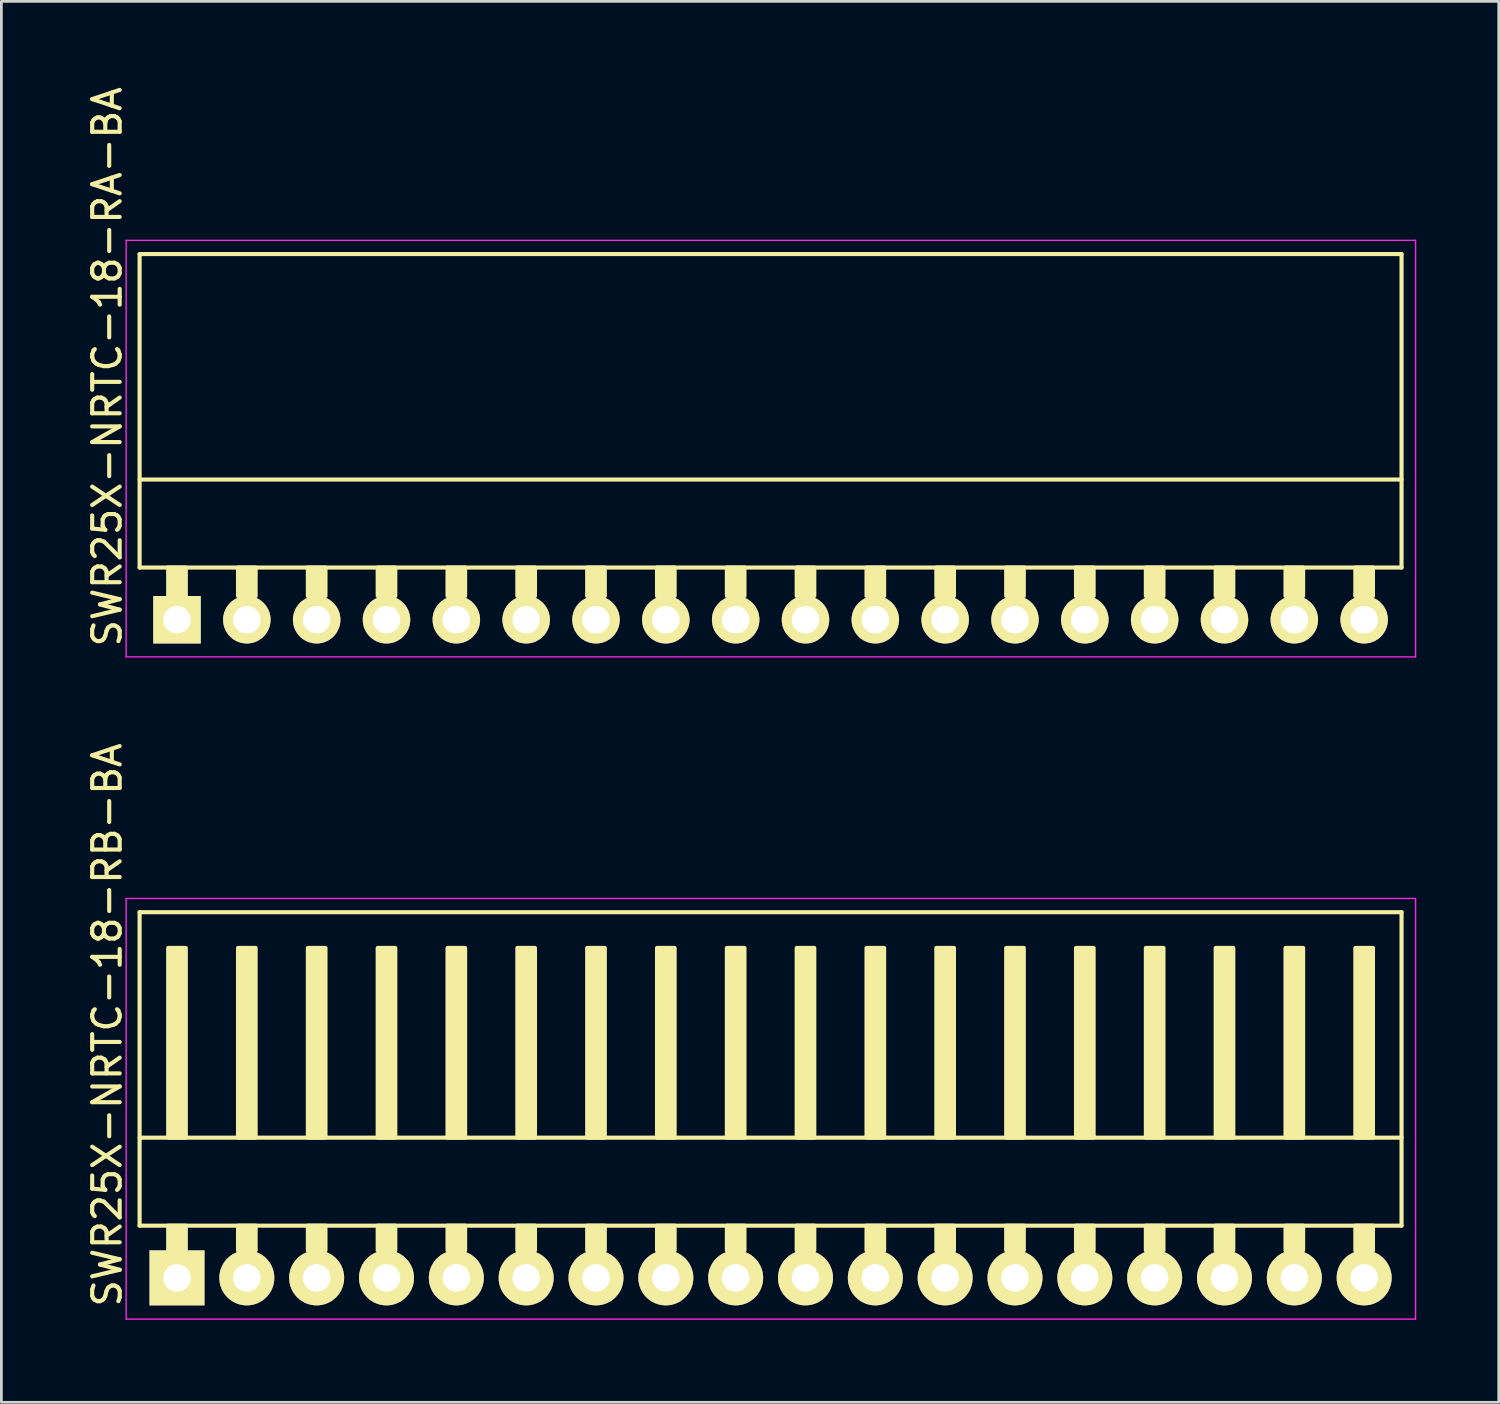
<source format=kicad_pcb>
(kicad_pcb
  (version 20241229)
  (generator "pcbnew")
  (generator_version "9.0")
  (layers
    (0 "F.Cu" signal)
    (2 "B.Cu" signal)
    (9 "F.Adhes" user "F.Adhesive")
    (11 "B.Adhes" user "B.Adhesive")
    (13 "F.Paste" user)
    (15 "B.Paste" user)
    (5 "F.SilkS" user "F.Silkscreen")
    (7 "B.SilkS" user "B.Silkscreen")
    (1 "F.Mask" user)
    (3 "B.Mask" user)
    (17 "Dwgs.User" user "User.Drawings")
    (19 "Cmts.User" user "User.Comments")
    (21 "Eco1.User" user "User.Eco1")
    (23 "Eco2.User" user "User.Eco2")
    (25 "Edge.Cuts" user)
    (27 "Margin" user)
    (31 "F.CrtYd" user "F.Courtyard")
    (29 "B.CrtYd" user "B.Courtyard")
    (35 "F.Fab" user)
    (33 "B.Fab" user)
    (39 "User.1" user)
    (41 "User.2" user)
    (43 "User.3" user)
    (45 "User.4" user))
  (footprint "SWR25X-NRTC-18-RB-BA"
    (layer "F.Cu")
    (at 3.388 43.43)
    (property "Reference" "SWR25X-NRTC-18-RB-BA" (at -2.54 -9.2 270) (layer "F.SilkS") (effects (font (size 1 1) (thickness 0.15))))
    (attr through_hole)
    (fp_line (start -1.36 -13.3) (end -1.36 -1.9) (stroke (width 0.15) (type solid)) (layer "F.SilkS"))
    (fp_line (start -1.36 -13.3) (end 44.54 -13.3) (stroke (width 0.15) (type solid)) (layer "F.SilkS"))
    (fp_line (start -1.36 -5.1) (end 44.54 -5.1) (stroke (width 0.15) (type solid)) (layer "F.SilkS"))
    (fp_line (start -1.36 -1.9) (end 44.54 -1.9) (stroke (width 0.15) (type solid)) (layer "F.SilkS"))
    (fp_line (start 44.54 -13.3) (end 44.54 -1.9) (stroke (width 0.15) (type solid)) (layer "F.SilkS"))
    (fp_poly (pts (xy 0.32 -5.1) (xy -0.32 -5.1) (xy -0.32 -12) (xy 0.32 -12)) (stroke (width 0.15) (type solid)) (fill yes) (layer "F.SilkS"))
    (fp_poly (pts (xy 0.32 -1.9) (xy -0.32 -1.9) (xy -0.32 -1) (xy 0.32 -1)) (stroke (width 0.15) (type solid)) (fill yes) (layer "F.SilkS"))
    (fp_poly (pts (xy 2.86 -5.1) (xy 2.22 -5.1) (xy 2.22 -12) (xy 2.86 -12)) (stroke (width 0.15) (type solid)) (fill yes) (layer "F.SilkS"))
    (fp_poly (pts (xy 2.86 -1.9) (xy 2.22 -1.9) (xy 2.22 -1) (xy 2.86 -1)) (stroke (width 0.15) (type solid)) (fill yes) (layer "F.SilkS"))
    (fp_poly (pts (xy 5.4 -5.1) (xy 4.76 -5.1) (xy 4.76 -12) (xy 5.4 -12)) (stroke (width 0.15) (type solid)) (fill yes) (layer "F.SilkS"))
    (fp_poly (pts (xy 5.4 -1.9) (xy 4.76 -1.9) (xy 4.76 -1) (xy 5.4 -1)) (stroke (width 0.15) (type solid)) (fill yes) (layer "F.SilkS"))
    (fp_poly (pts (xy 7.94 -5.1) (xy 7.3 -5.1) (xy 7.3 -12) (xy 7.94 -12)) (stroke (width 0.15) (type solid)) (fill yes) (layer "F.SilkS"))
    (fp_poly (pts (xy 7.94 -1.9) (xy 7.3 -1.9) (xy 7.3 -1) (xy 7.94 -1)) (stroke (width 0.15) (type solid)) (fill yes) (layer "F.SilkS"))
    (fp_poly (pts (xy 10.48 -5.1) (xy 9.84 -5.1) (xy 9.84 -12) (xy 10.48 -12)) (stroke (width 0.15) (type solid)) (fill yes) (layer "F.SilkS"))
    (fp_poly (pts (xy 10.48 -1.9) (xy 9.84 -1.9) (xy 9.84 -1) (xy 10.48 -1)) (stroke (width 0.15) (type solid)) (fill yes) (layer "F.SilkS"))
    (fp_poly (pts (xy 13.02 -5.1) (xy 12.38 -5.1) (xy 12.38 -12) (xy 13.02 -12)) (stroke (width 0.15) (type solid)) (fill yes) (layer "F.SilkS"))
    (fp_poly (pts (xy 13.02 -1.9) (xy 12.38 -1.9) (xy 12.38 -1) (xy 13.02 -1)) (stroke (width 0.15) (type solid)) (fill yes) (layer "F.SilkS"))
    (fp_poly (pts (xy 15.56 -5.1) (xy 14.92 -5.1) (xy 14.92 -12) (xy 15.56 -12)) (stroke (width 0.15) (type solid)) (fill yes) (layer "F.SilkS"))
    (fp_poly (pts (xy 15.56 -1.9) (xy 14.92 -1.9) (xy 14.92 -1) (xy 15.56 -1)) (stroke (width 0.15) (type solid)) (fill yes) (layer "F.SilkS"))
    (fp_poly (pts (xy 18.1 -5.1) (xy 17.46 -5.1) (xy 17.46 -12) (xy 18.1 -12)) (stroke (width 0.15) (type solid)) (fill yes) (layer "F.SilkS"))
    (fp_poly (pts (xy 18.1 -1.9) (xy 17.46 -1.9) (xy 17.46 -1) (xy 18.1 -1)) (stroke (width 0.15) (type solid)) (fill yes) (layer "F.SilkS"))
    (fp_poly (pts (xy 20.64 -5.1) (xy 20 -5.1) (xy 20 -12) (xy 20.64 -12)) (stroke (width 0.15) (type solid)) (fill yes) (layer "F.SilkS"))
    (fp_poly (pts (xy 20.64 -1.9) (xy 20 -1.9) (xy 20 -1) (xy 20.64 -1)) (stroke (width 0.15) (type solid)) (fill yes) (layer "F.SilkS"))
    (fp_poly (pts (xy 23.18 -5.1) (xy 22.54 -5.1) (xy 22.54 -12) (xy 23.18 -12)) (stroke (width 0.15) (type solid)) (fill yes) (layer "F.SilkS"))
    (fp_poly (pts (xy 23.18 -1.9) (xy 22.54 -1.9) (xy 22.54 -1) (xy 23.18 -1)) (stroke (width 0.15) (type solid)) (fill yes) (layer "F.SilkS"))
    (fp_poly (pts (xy 25.72 -5.1) (xy 25.08 -5.1) (xy 25.08 -12) (xy 25.72 -12)) (stroke (width 0.15) (type solid)) (fill yes) (layer "F.SilkS"))
    (fp_poly (pts (xy 25.72 -1.9) (xy 25.08 -1.9) (xy 25.08 -1) (xy 25.72 -1)) (stroke (width 0.15) (type solid)) (fill yes) (layer "F.SilkS"))
    (fp_poly (pts (xy 28.26 -5.1) (xy 27.62 -5.1) (xy 27.62 -12) (xy 28.26 -12)) (stroke (width 0.15) (type solid)) (fill yes) (layer "F.SilkS"))
    (fp_poly (pts (xy 28.26 -1.9) (xy 27.62 -1.9) (xy 27.62 -1) (xy 28.26 -1)) (stroke (width 0.15) (type solid)) (fill yes) (layer "F.SilkS"))
    (fp_poly (pts (xy 30.8 -5.1) (xy 30.16 -5.1) (xy 30.16 -12) (xy 30.8 -12)) (stroke (width 0.15) (type solid)) (fill yes) (layer "F.SilkS"))
    (fp_poly (pts (xy 30.8 -1.9) (xy 30.16 -1.9) (xy 30.16 -1) (xy 30.8 -1)) (stroke (width 0.15) (type solid)) (fill yes) (layer "F.SilkS"))
    (fp_poly (pts (xy 33.34 -5.1) (xy 32.7 -5.1) (xy 32.7 -12) (xy 33.34 -12)) (stroke (width 0.15) (type solid)) (fill yes) (layer "F.SilkS"))
    (fp_poly (pts (xy 33.34 -1.9) (xy 32.7 -1.9) (xy 32.7 -1) (xy 33.34 -1)) (stroke (width 0.15) (type solid)) (fill yes) (layer "F.SilkS"))
    (fp_poly (pts (xy 35.88 -5.1) (xy 35.24 -5.1) (xy 35.24 -12) (xy 35.88 -12)) (stroke (width 0.15) (type solid)) (fill yes) (layer "F.SilkS"))
    (fp_poly (pts (xy 35.88 -1.9) (xy 35.24 -1.9) (xy 35.24 -1) (xy 35.88 -1)) (stroke (width 0.15) (type solid)) (fill yes) (layer "F.SilkS"))
    (fp_poly (pts (xy 38.42 -5.1) (xy 37.78 -5.1) (xy 37.78 -12) (xy 38.42 -12)) (stroke (width 0.15) (type solid)) (fill yes) (layer "F.SilkS"))
    (fp_poly (pts (xy 38.42 -1.9) (xy 37.78 -1.9) (xy 37.78 -1) (xy 38.42 -1)) (stroke (width 0.15) (type solid)) (fill yes) (layer "F.SilkS"))
    (fp_poly (pts (xy 40.96 -5.1) (xy 40.32 -5.1) (xy 40.32 -12) (xy 40.96 -12)) (stroke (width 0.15) (type solid)) (fill yes) (layer "F.SilkS"))
    (fp_poly (pts (xy 40.96 -1.9) (xy 40.32 -1.9) (xy 40.32 -1) (xy 40.96 -1)) (stroke (width 0.15) (type solid)) (fill yes) (layer "F.SilkS"))
    (fp_poly (pts (xy 43.5 -5.1) (xy 42.86 -5.1) (xy 42.86 -12) (xy 43.5 -12)) (stroke (width 0.15) (type solid)) (fill yes) (layer "F.SilkS"))
    (fp_poly (pts (xy 43.5 -1.9) (xy 42.86 -1.9) (xy 42.86 -1) (xy 43.5 -1)) (stroke (width 0.15) (type solid)) (fill yes) (layer "F.SilkS"))
    (fp_line (start -1.85 -13.8) (end -1.85 1.5) (stroke (width 0.05) (type solid)) (layer "F.CrtYd"))
    (fp_line (start -1.85 -13.8) (end 45.05 -13.8) (stroke (width 0.05) (type solid)) (layer "F.CrtYd"))
    (fp_line (start -1.85 1.5) (end 45.05 1.5) (stroke (width 0.05) (type solid)) (layer "F.CrtYd"))
    (fp_line (start 45.05 -13.8) (end 45.05 1.5) (stroke (width 0.05) (type solid)) (layer "F.CrtYd"))
    (pad "1" thru_hole rect (at 0 0) (size 2 2) (drill 1) (layers "*.Cu" "*.Mask" "F.SilkS"))
    (pad "2" thru_hole circle (at 2.54 0) (size 2 2) (drill 1) (layers "*.Cu" "*.Mask" "F.SilkS"))
    (pad "3" thru_hole circle (at 5.08 0) (size 2 2) (drill 1) (layers "*.Cu" "*.Mask" "F.SilkS"))
    (pad "4" thru_hole circle (at 7.62 0) (size 2 2) (drill 1) (layers "*.Cu" "*.Mask" "F.SilkS"))
    (pad "5" thru_hole circle (at 10.16 0) (size 2 2) (drill 1) (layers "*.Cu" "*.Mask" "F.SilkS"))
    (pad "6" thru_hole circle (at 12.7 0) (size 2 2) (drill 1) (layers "*.Cu" "*.Mask" "F.SilkS"))
    (pad "7" thru_hole circle (at 15.24 0) (size 2 2) (drill 1) (layers "*.Cu" "*.Mask" "F.SilkS"))
    (pad "8" thru_hole circle (at 17.78 0) (size 2 2) (drill 1) (layers "*.Cu" "*.Mask" "F.SilkS"))
    (pad "9" thru_hole circle (at 20.32 0) (size 2 2) (drill 1) (layers "*.Cu" "*.Mask" "F.SilkS"))
    (pad "10" thru_hole circle (at 22.86 0) (size 2 2) (drill 1) (layers "*.Cu" "*.Mask" "F.SilkS"))
    (pad "11" thru_hole circle (at 25.4 0) (size 2 2) (drill 1) (layers "*.Cu" "*.Mask" "F.SilkS"))
    (pad "12" thru_hole circle (at 27.94 0) (size 2 2) (drill 1) (layers "*.Cu" "*.Mask" "F.SilkS"))
    (pad "13" thru_hole circle (at 30.48 0) (size 2 2) (drill 1) (layers "*.Cu" "*.Mask" "F.SilkS"))
    (pad "14" thru_hole circle (at 33.02 0) (size 2 2) (drill 1) (layers "*.Cu" "*.Mask" "F.SilkS"))
    (pad "15" thru_hole circle (at 35.56 0) (size 2 2) (drill 1) (layers "*.Cu" "*.Mask" "F.SilkS"))
    (pad "16" thru_hole circle (at 38.1 0) (size 2 2) (drill 1) (layers "*.Cu" "*.Mask" "F.SilkS"))
    (pad "17" thru_hole circle (at 40.64 0) (size 2 2) (drill 1) (layers "*.Cu" "*.Mask" "F.SilkS"))
    (pad "18" thru_hole circle (at 43.18 0) (size 2 2) (drill 1) (layers "*.Cu" "*.Mask" "F.SilkS")))
  (footprint "SWR25X-NRTC-18-RA-BA"
    (layer "F.Cu")
    (at 3.388 19.492)
    (property "Reference" "SWR25X-NRTC-18-RA-BA" (at -2.54 -9.2 270) (layer "F.SilkS") (effects (font (size 1 1) (thickness 0.15))))
    (attr through_hole)
    (fp_line (start -1.36 -13.3) (end -1.36 -1.9) (stroke (width 0.15) (type solid)) (layer "F.SilkS"))
    (fp_line (start -1.36 -13.3) (end 44.54 -13.3) (stroke (width 0.15) (type solid)) (layer "F.SilkS"))
    (fp_line (start -1.36 -5.1) (end 44.54 -5.1) (stroke (width 0.15) (type solid)) (layer "F.SilkS"))
    (fp_line (start -1.36 -1.9) (end 44.54 -1.9) (stroke (width 0.15) (type solid)) (layer "F.SilkS"))
    (fp_line (start 44.54 -13.3) (end 44.54 -1.9) (stroke (width 0.15) (type solid)) (layer "F.SilkS"))
    (fp_poly (pts (xy 0.32 -1.9) (xy -0.32 -1.9) (xy -0.32 -0.864) (xy 0.32 -0.864)) (stroke (width 0.15) (type solid)) (fill yes) (layer "F.SilkS"))
    (fp_poly (pts (xy 2.86 -1.9) (xy 2.22 -1.9) (xy 2.22 -0.864) (xy 2.86 -0.864)) (stroke (width 0.15) (type solid)) (fill yes) (layer "F.SilkS"))
    (fp_poly (pts (xy 5.4 -1.9) (xy 4.76 -1.9) (xy 4.76 -0.864) (xy 5.4 -0.864)) (stroke (width 0.15) (type solid)) (fill yes) (layer "F.SilkS"))
    (fp_poly (pts (xy 7.94 -1.9) (xy 7.3 -1.9) (xy 7.3 -0.864) (xy 7.94 -0.864)) (stroke (width 0.15) (type solid)) (fill yes) (layer "F.SilkS"))
    (fp_poly (pts (xy 10.48 -1.9) (xy 9.84 -1.9) (xy 9.84 -0.864) (xy 10.48 -0.864)) (stroke (width 0.15) (type solid)) (fill yes) (layer "F.SilkS"))
    (fp_poly (pts (xy 13.02 -1.9) (xy 12.38 -1.9) (xy 12.38 -0.864) (xy 13.02 -0.864)) (stroke (width 0.15) (type solid)) (fill yes) (layer "F.SilkS"))
    (fp_poly (pts (xy 15.56 -1.9) (xy 14.92 -1.9) (xy 14.92 -0.864) (xy 15.56 -0.864)) (stroke (width 0.15) (type solid)) (fill yes) (layer "F.SilkS"))
    (fp_poly (pts (xy 18.1 -1.9) (xy 17.46 -1.9) (xy 17.46 -0.864) (xy 18.1 -0.864)) (stroke (width 0.15) (type solid)) (fill yes) (layer "F.SilkS"))
    (fp_poly (pts (xy 20.64 -1.9) (xy 20 -1.9) (xy 20 -0.864) (xy 20.64 -0.864)) (stroke (width 0.15) (type solid)) (fill yes) (layer "F.SilkS"))
    (fp_poly (pts (xy 23.18 -1.9) (xy 22.54 -1.9) (xy 22.54 -0.864) (xy 23.18 -0.864)) (stroke (width 0.15) (type solid)) (fill yes) (layer "F.SilkS"))
    (fp_poly (pts (xy 25.72 -1.9) (xy 25.08 -1.9) (xy 25.08 -0.864) (xy 25.72 -0.864)) (stroke (width 0.15) (type solid)) (fill yes) (layer "F.SilkS"))
    (fp_poly (pts (xy 28.26 -1.9) (xy 27.62 -1.9) (xy 27.62 -0.864) (xy 28.26 -0.864)) (stroke (width 0.15) (type solid)) (fill yes) (layer "F.SilkS"))
    (fp_poly (pts (xy 30.8 -1.9) (xy 30.16 -1.9) (xy 30.16 -0.864) (xy 30.8 -0.864)) (stroke (width 0.15) (type solid)) (fill yes) (layer "F.SilkS"))
    (fp_poly (pts (xy 33.34 -1.9) (xy 32.7 -1.9) (xy 32.7 -0.864) (xy 33.34 -0.864)) (stroke (width 0.15) (type solid)) (fill yes) (layer "F.SilkS"))
    (fp_poly (pts (xy 35.88 -1.9) (xy 35.24 -1.9) (xy 35.24 -0.864) (xy 35.88 -0.864)) (stroke (width 0.15) (type solid)) (fill yes) (layer "F.SilkS"))
    (fp_poly (pts (xy 38.42 -1.9) (xy 37.78 -1.9) (xy 37.78 -0.864) (xy 38.42 -0.864)) (stroke (width 0.15) (type solid)) (fill yes) (layer "F.SilkS"))
    (fp_poly (pts (xy 40.96 -1.9) (xy 40.32 -1.9) (xy 40.32 -0.864) (xy 40.96 -0.864)) (stroke (width 0.15) (type solid)) (fill yes) (layer "F.SilkS"))
    (fp_poly (pts (xy 43.5 -1.9) (xy 42.86 -1.9) (xy 42.86 -0.864) (xy 43.5 -0.864)) (stroke (width 0.15) (type solid)) (fill yes) (layer "F.SilkS"))
    (fp_line (start -1.85 -13.8) (end -1.85 1.35) (stroke (width 0.05) (type solid)) (layer "F.CrtYd"))
    (fp_line (start -1.85 -13.8) (end 45.05 -13.8) (stroke (width 0.05) (type solid)) (layer "F.CrtYd"))
    (fp_line (start -1.85 1.35) (end 45.05 1.35) (stroke (width 0.05) (type solid)) (layer "F.CrtYd"))
    (fp_line (start 45.05 -13.8) (end 45.05 1.35) (stroke (width 0.05) (type solid)) (layer "F.CrtYd"))
    (pad "1" thru_hole rect (at 0 0) (size 1.727 1.727) (drill 1) (layers "*.Cu" "*.Mask" "F.SilkS"))
    (pad "2" thru_hole circle (at 2.54 0) (size 1.727 1.727) (drill 1) (layers "*.Cu" "*.Mask" "F.SilkS"))
    (pad "3" thru_hole circle (at 5.08 0) (size 1.727 1.727) (drill 1) (layers "*.Cu" "*.Mask" "F.SilkS"))
    (pad "4" thru_hole circle (at 7.62 0) (size 1.727 1.727) (drill 1) (layers "*.Cu" "*.Mask" "F.SilkS"))
    (pad "5" thru_hole circle (at 10.16 0) (size 1.727 1.727) (drill 1) (layers "*.Cu" "*.Mask" "F.SilkS"))
    (pad "6" thru_hole circle (at 12.7 0) (size 1.727 1.727) (drill 1) (layers "*.Cu" "*.Mask" "F.SilkS"))
    (pad "7" thru_hole circle (at 15.24 0) (size 1.727 1.727) (drill 1) (layers "*.Cu" "*.Mask" "F.SilkS"))
    (pad "8" thru_hole circle (at 17.78 0) (size 1.727 1.727) (drill 1) (layers "*.Cu" "*.Mask" "F.SilkS"))
    (pad "9" thru_hole circle (at 20.32 0) (size 1.727 1.727) (drill 1) (layers "*.Cu" "*.Mask" "F.SilkS"))
    (pad "10" thru_hole circle (at 22.86 0) (size 1.727 1.727) (drill 1) (layers "*.Cu" "*.Mask" "F.SilkS"))
    (pad "11" thru_hole circle (at 25.4 0) (size 1.727 1.727) (drill 1) (layers "*.Cu" "*.Mask" "F.SilkS"))
    (pad "12" thru_hole circle (at 27.94 0) (size 1.727 1.727) (drill 1) (layers "*.Cu" "*.Mask" "F.SilkS"))
    (pad "13" thru_hole circle (at 30.48 0) (size 1.727 1.727) (drill 1) (layers "*.Cu" "*.Mask" "F.SilkS"))
    (pad "14" thru_hole circle (at 33.02 0) (size 1.727 1.727) (drill 1) (layers "*.Cu" "*.Mask" "F.SilkS"))
    (pad "15" thru_hole circle (at 35.56 0) (size 1.727 1.727) (drill 1) (layers "*.Cu" "*.Mask" "F.SilkS"))
    (pad "16" thru_hole circle (at 38.1 0) (size 1.727 1.727) (drill 1) (layers "*.Cu" "*.Mask" "F.SilkS"))
    (pad "17" thru_hole circle (at 40.64 0) (size 1.727 1.727) (drill 1) (layers "*.Cu" "*.Mask" "F.SilkS"))
    (pad "18" thru_hole circle (at 43.18 0) (size 1.727 1.727) (drill 1) (layers "*.Cu" "*.Mask" "F.SilkS")))
  (gr_rect
    (start -3 -3)
    (end 51.463 47.955)
    (stroke (width 0.1) (type default))
    (fill no)
    (layer "Edge.Cuts")))
</source>
